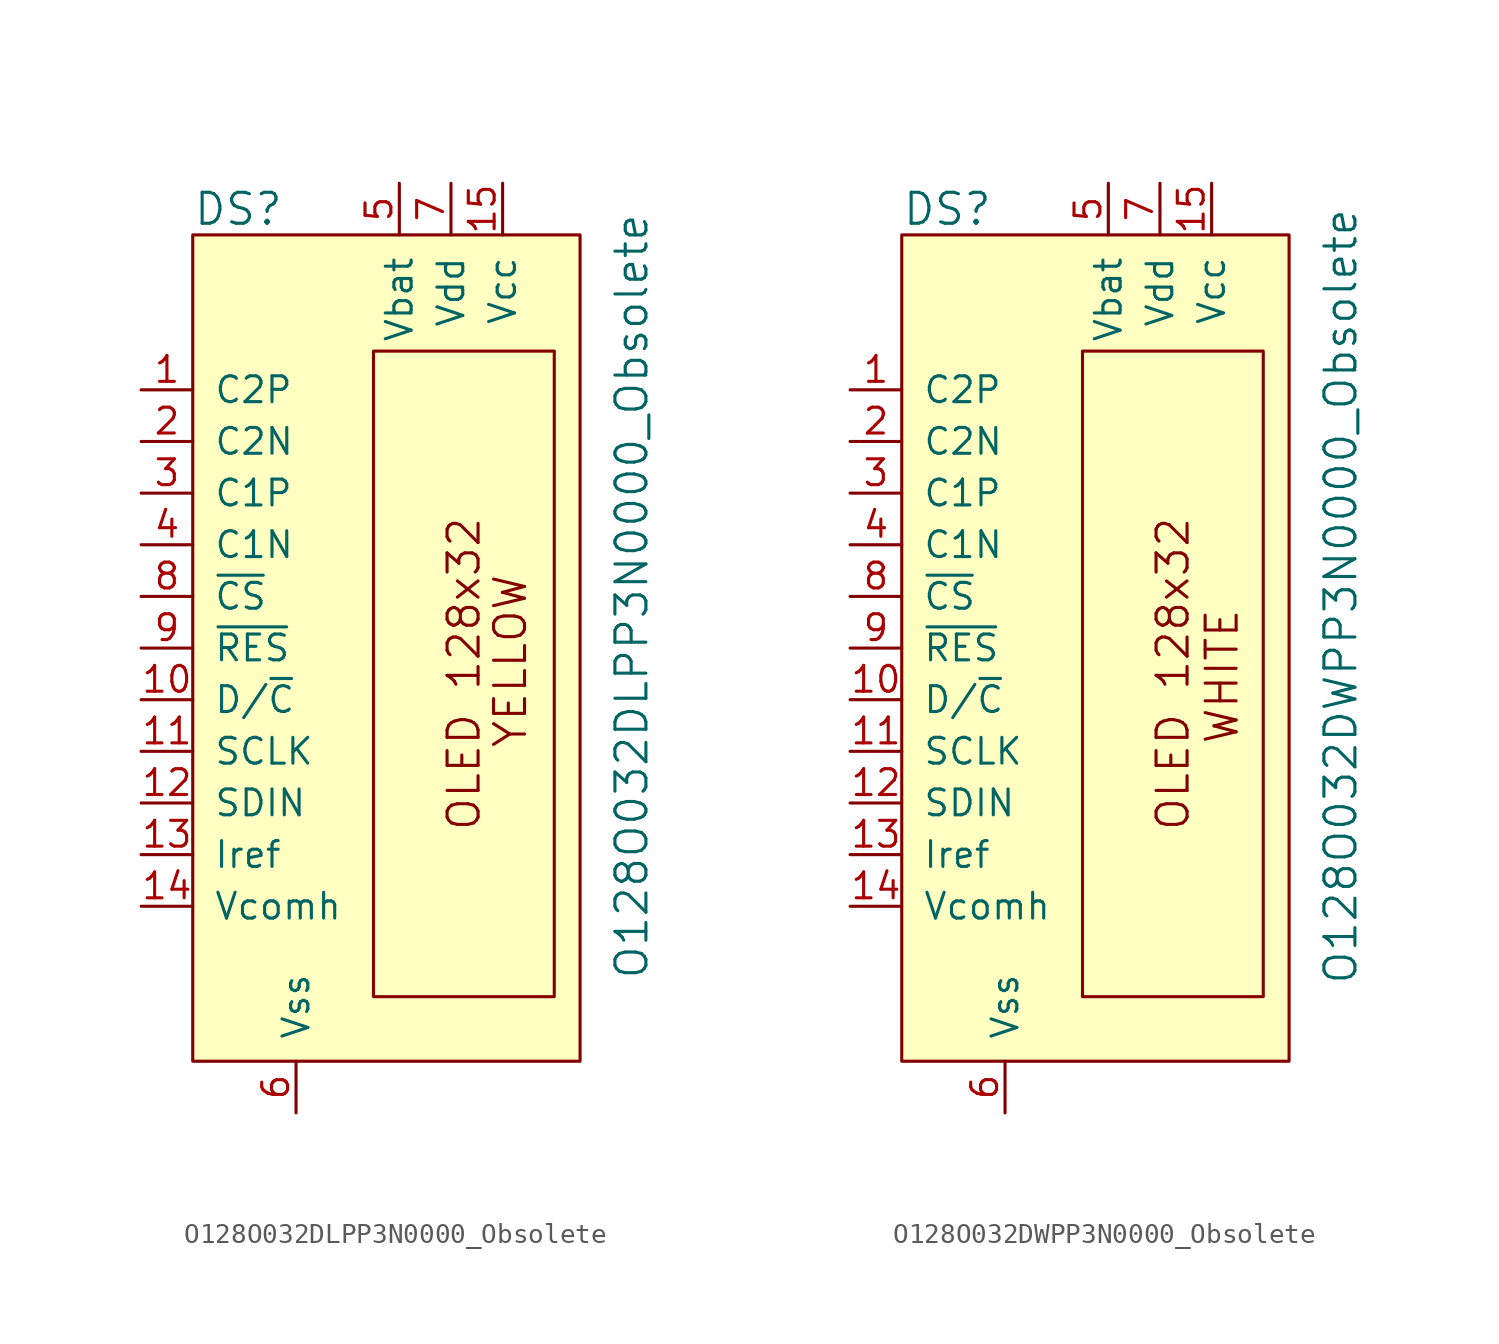
<source format=kicad_sym>
(kicad_symbol_lib
  (version 20201005)
  (generator kicad_symbol_editor)
  (symbol "O128O032DLPP3N0000_Obsolete"
    (pin_names
      (offset 1.016))
    (property "Reference" "DS"
      (at -17.78 19.05 0)
      (effects (font (size 1.524 1.524)) (justify left)))
    (property "Value" "O128O032DLPP3N0000_Obsolete"
      (at 3.81 0 90)
      (effects (font (size 1.524 1.524))))
    (symbol "O128O032DLPP3N0000_Obsolete_0_0"
      (text "OLED 128x32" (at -4.445 -3.81 900) (effects (font (size 1.524 1.524))))
      (text "YELLOW" (at -2.159 -3.175 900) (effects (font (size 1.524 1.524)))))
    (symbol "O128O032DLPP3N0000_Obsolete_0_1"
      (rectangle (start -17.78 -22.86) (end 1.27 17.78) (stroke (width 0)) (fill (type background)))
      (rectangle (start -8.89 12.065) (end 0 -19.685) (stroke (width 0)) (fill (type none))))
    (symbol "O128O032DLPP3N0000_Obsolete_1_1"
      (pin passive line (at -20.32 10.16 0) (length 2.54) (name "C2P" (effects (font (size 1.27 1.27)))) (number "1" (effects (font (size 1.27 1.27)))))
      (pin passive line (at -20.32 7.62 0) (length 2.54) (name "C2N" (effects (font (size 1.27 1.27)))) (number "2" (effects (font (size 1.27 1.27)))))
      (pin passive line (at -20.32 5.08 0) (length 2.54) (name "C1P" (effects (font (size 1.27 1.27)))) (number "3" (effects (font (size 1.27 1.27)))))
      (pin passive line (at -20.32 2.54 0) (length 2.54) (name "C1N" (effects (font (size 1.27 1.27)))) (number "4" (effects (font (size 1.27 1.27)))))
      (pin power_in line (at -7.62 20.32 270) (length 2.54) (name "Vbat" (effects (font (size 1.27 1.27)))) (number "5" (effects (font (size 1.27 1.27)))))
      (pin power_in line (at -12.7 -25.4 90) (length 2.54) (name "Vss" (effects (font (size 1.27 1.27)))) (number "6" (effects (font (size 1.27 1.27)))))
      (pin power_in line (at -5.08 20.32 270) (length 2.54) (name "Vdd" (effects (font (size 1.27 1.27)))) (number "7" (effects (font (size 1.27 1.27)))))
      (pin input line (at -20.32 0 0) (length 2.54) (name "~CS" (effects (font (size 1.27 1.27)))) (number "8" (effects (font (size 1.27 1.27)))))
      (pin input line (at -20.32 -2.54 0) (length 2.54) (name "~RES" (effects (font (size 1.27 1.27)))) (number "9" (effects (font (size 1.27 1.27)))))
      (pin input line (at -20.32 -5.08 0) (length 2.54) (name "D/~C" (effects (font (size 1.27 1.27)))) (number "10" (effects (font (size 1.27 1.27)))))
      (pin input line (at -20.32 -7.62 0) (length 2.54) (name "SCLK" (effects (font (size 1.27 1.27)))) (number "11" (effects (font (size 1.27 1.27)))))
      (pin input line (at -20.32 -10.16 0) (length 2.54) (name "SDIN" (effects (font (size 1.27 1.27)))) (number "12" (effects (font (size 1.27 1.27)))))
      (pin passive line (at -20.32 -12.7 0) (length 2.54) (name "Iref" (effects (font (size 1.27 1.27)))) (number "13" (effects (font (size 1.27 1.27)))))
      (pin input line (at -20.32 -15.24 0) (length 2.54) (name "Vcomh" (effects (font (size 1.27 1.27)))) (number "14" (effects (font (size 1.27 1.27)))))
      (pin input line (at -2.54 20.32 270) (length 2.54) (name "Vcc" (effects (font (size 1.27 1.27)))) (number "15" (effects (font (size 1.27 1.27)))))))
  (symbol "O128O032DWPP3N0000_Obsolete"
    (pin_names
      (offset 1.016))
    (property "Reference" "DS"
      (at -17.78 19.05 0)
      (effects (font (size 1.524 1.524)) (justify left)))
    (property "Value" "O128O032DWPP3N0000_Obsolete"
      (at 3.81 0 90)
      (effects (font (size 1.524 1.524))))
    (symbol "O128O032DWPP3N0000_Obsolete_0_0"
      (text "OLED 128x32" (at -4.445 -3.81 900) (effects (font (size 1.524 1.524))))
      (text "WHITE" (at -2.032 -3.937 900) (effects (font (size 1.524 1.524)))))
    (symbol "O128O032DWPP3N0000_Obsolete_0_1"
      (rectangle (start -17.78 -22.86) (end 1.27 17.78) (stroke (width 0)) (fill (type background)))
      (rectangle (start -8.89 12.065) (end 0 -19.685) (stroke (width 0)) (fill (type none))))
    (symbol "O128O032DWPP3N0000_Obsolete_1_1"
      (pin passive line (at -20.32 10.16 0) (length 2.54) (name "C2P" (effects (font (size 1.27 1.27)))) (number "1" (effects (font (size 1.27 1.27)))))
      (pin passive line (at -20.32 7.62 0) (length 2.54) (name "C2N" (effects (font (size 1.27 1.27)))) (number "2" (effects (font (size 1.27 1.27)))))
      (pin passive line (at -20.32 5.08 0) (length 2.54) (name "C1P" (effects (font (size 1.27 1.27)))) (number "3" (effects (font (size 1.27 1.27)))))
      (pin passive line (at -20.32 2.54 0) (length 2.54) (name "C1N" (effects (font (size 1.27 1.27)))) (number "4" (effects (font (size 1.27 1.27)))))
      (pin power_in line (at -7.62 20.32 270) (length 2.54) (name "Vbat" (effects (font (size 1.27 1.27)))) (number "5" (effects (font (size 1.27 1.27)))))
      (pin power_in line (at -12.7 -25.4 90) (length 2.54) (name "Vss" (effects (font (size 1.27 1.27)))) (number "6" (effects (font (size 1.27 1.27)))))
      (pin power_in line (at -5.08 20.32 270) (length 2.54) (name "Vdd" (effects (font (size 1.27 1.27)))) (number "7" (effects (font (size 1.27 1.27)))))
      (pin input line (at -20.32 0 0) (length 2.54) (name "~CS" (effects (font (size 1.27 1.27)))) (number "8" (effects (font (size 1.27 1.27)))))
      (pin input line (at -20.32 -2.54 0) (length 2.54) (name "~RES" (effects (font (size 1.27 1.27)))) (number "9" (effects (font (size 1.27 1.27)))))
      (pin input line (at -20.32 -5.08 0) (length 2.54) (name "D/~C" (effects (font (size 1.27 1.27)))) (number "10" (effects (font (size 1.27 1.27)))))
      (pin input line (at -20.32 -7.62 0) (length 2.54) (name "SCLK" (effects (font (size 1.27 1.27)))) (number "11" (effects (font (size 1.27 1.27)))))
      (pin input line (at -20.32 -10.16 0) (length 2.54) (name "SDIN" (effects (font (size 1.27 1.27)))) (number "12" (effects (font (size 1.27 1.27)))))
      (pin passive line (at -20.32 -12.7 0) (length 2.54) (name "Iref" (effects (font (size 1.27 1.27)))) (number "13" (effects (font (size 1.27 1.27)))))
      (pin input line (at -20.32 -15.24 0) (length 2.54) (name "Vcomh" (effects (font (size 1.27 1.27)))) (number "14" (effects (font (size 1.27 1.27)))))
      (pin input line (at -2.54 20.32 270) (length 2.54) (name "Vcc" (effects (font (size 1.27 1.27)))) (number "15" (effects (font (size 1.27 1.27))))))))
</source>
